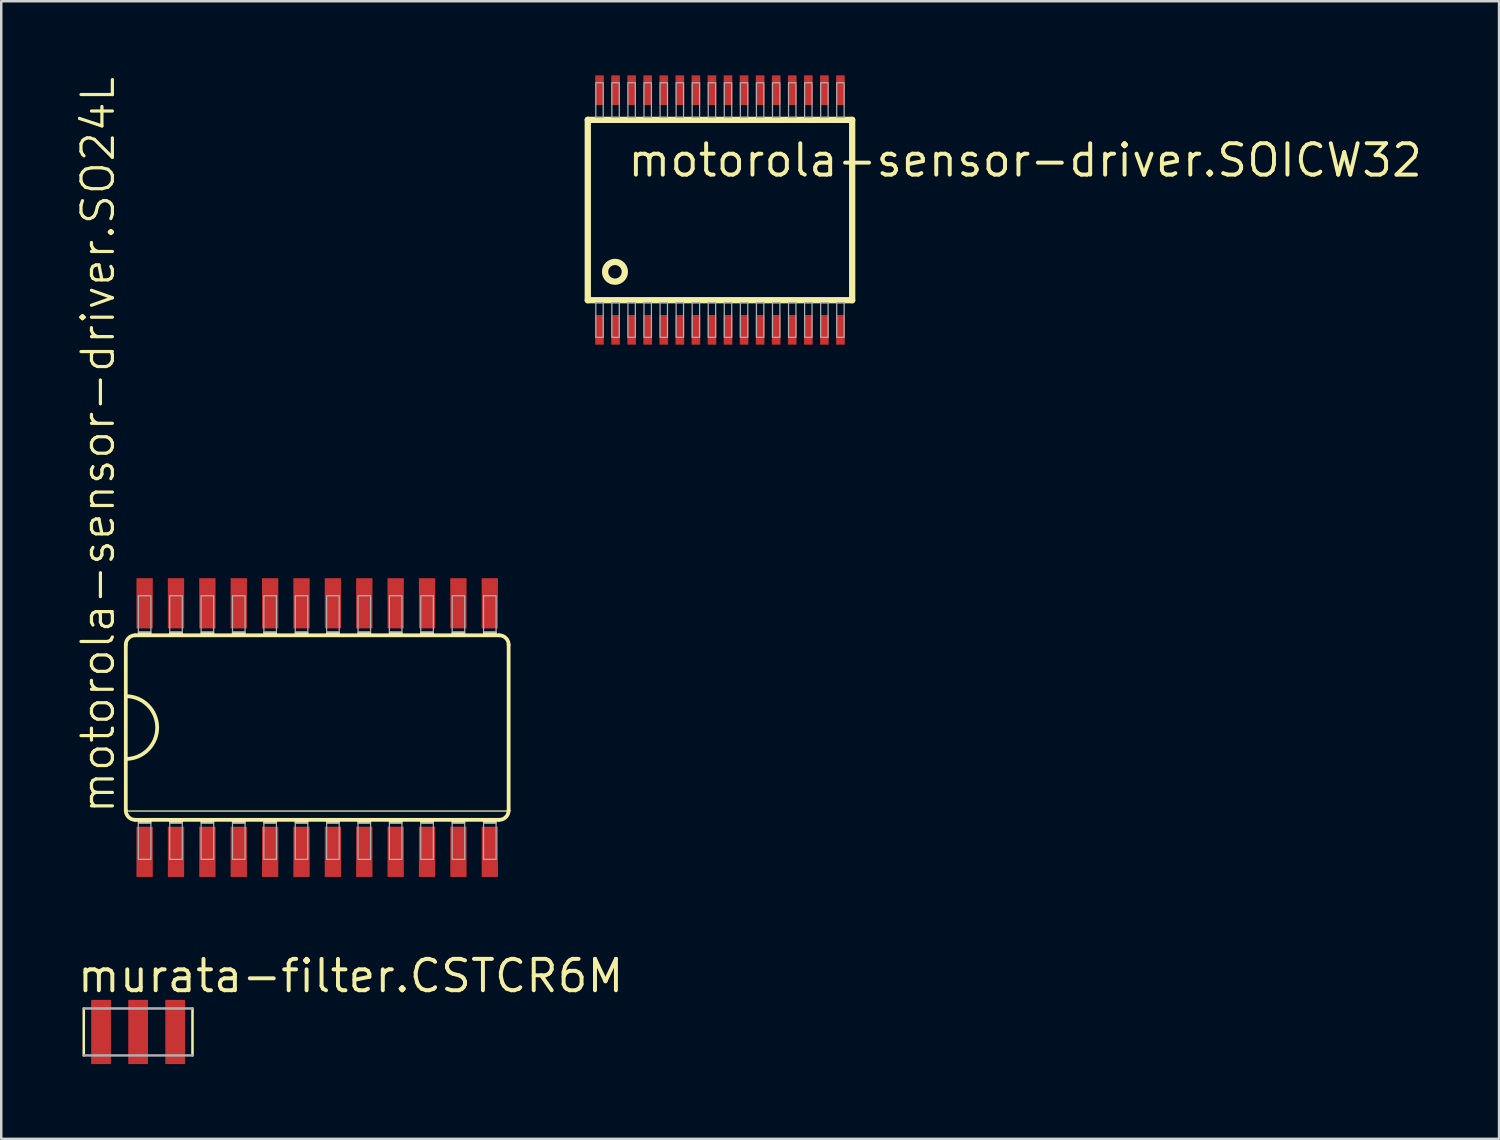
<source format=kicad_pcb>
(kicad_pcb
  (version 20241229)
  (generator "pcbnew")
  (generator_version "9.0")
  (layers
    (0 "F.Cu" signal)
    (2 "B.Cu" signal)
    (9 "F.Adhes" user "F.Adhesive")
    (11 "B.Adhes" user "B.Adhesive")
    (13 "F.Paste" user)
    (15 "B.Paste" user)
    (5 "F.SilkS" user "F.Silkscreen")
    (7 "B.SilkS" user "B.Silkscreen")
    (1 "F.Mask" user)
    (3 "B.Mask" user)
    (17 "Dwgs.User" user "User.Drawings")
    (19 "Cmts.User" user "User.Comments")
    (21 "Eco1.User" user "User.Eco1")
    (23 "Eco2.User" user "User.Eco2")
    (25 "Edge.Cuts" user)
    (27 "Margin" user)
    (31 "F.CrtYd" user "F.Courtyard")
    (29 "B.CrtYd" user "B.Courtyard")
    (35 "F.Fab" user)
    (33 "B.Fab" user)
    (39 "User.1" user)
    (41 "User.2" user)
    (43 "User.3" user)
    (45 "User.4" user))
  (footprint "murata-filter.CSTCR6M"
    (layer "F.Cu")
    (at 2.54 38.714)
    (property "Reference" "murata-filter.CSTCR6M" (at -2.54 -1.524 0) (layer "F.SilkS") (effects (font (size 1.27 1.27) (thickness 0.16)) (justify left bottom)))
    (attr smd)
    (fp_rect (start -1.9 -0.8) (end -1.1 -1.3) (stroke (width 0.05) (type default)) (fill yes) (layer "F.Mask"))
    (fp_rect (start -1.9 1.3) (end -1.1 0.8) (stroke (width 0.05) (type default)) (fill yes) (layer "F.Mask"))
    (fp_rect (start -1.7 0.8) (end -1.3 -0.8) (stroke (width 0.05) (type default)) (fill yes) (layer "F.Mask"))
    (fp_rect (start -0.4 -0.8) (end 0.4 -1.3) (stroke (width 0.05) (type default)) (fill yes) (layer "F.Mask"))
    (fp_rect (start -0.4 1.3) (end 0.4 0.8) (stroke (width 0.05) (type default)) (fill yes) (layer "F.Mask"))
    (fp_rect (start -0.2 0.8) (end 0.2 -0.8) (stroke (width 0.05) (type default)) (fill yes) (layer "F.Mask"))
    (fp_rect (start 1.1 -0.8) (end 1.9 -1.3) (stroke (width 0.05) (type default)) (fill yes) (layer "F.Mask"))
    (fp_rect (start 1.1 1.3) (end 1.9 0.8) (stroke (width 0.05) (type default)) (fill yes) (layer "F.Mask"))
    (fp_rect (start 1.3 0.8) (end 1.7 -0.8) (stroke (width 0.05) (type default)) (fill yes) (layer "F.Mask"))
    (fp_line (start -2.2 -0.95) (end -2.2 0.95) (stroke (width 0.102) (type default)) (layer "F.SilkS"))
    (fp_line (start 2.2 0.95) (end 2.2 -0.95) (stroke (width 0.102) (type default)) (layer "F.SilkS"))
    (fp_rect (start -1.7 0.8) (end -1.3 -0.8) (stroke (width 0.05) (type default)) (fill yes) (layer "F.Paste"))
    (fp_rect (start -0.2 0.8) (end 0.2 -0.8) (stroke (width 0.05) (type default)) (fill yes) (layer "F.Paste"))
    (fp_rect (start 1.3 0.8) (end 1.7 -0.8) (stroke (width 0.05) (type default)) (fill yes) (layer "F.Paste"))
    (fp_line (start -2.2 0.95) (end 2.2 0.95) (stroke (width 0.102) (type default)) (layer "F.Fab"))
    (fp_line (start 2.2 -0.95) (end -2.2 -0.95) (stroke (width 0.102) (type default)) (layer "F.Fab"))
    (pad "1" smd roundrect (at -1.5 0) (size 0.8 2.6) (layers "F.Cu" "F.Mask" "F.Paste") (roundrect_rratio 0.01))
    (pad "2" smd roundrect (at 0 0) (size 0.8 2.6) (layers "F.Cu" "F.Mask" "F.Paste") (roundrect_rratio 0.01))
    (pad "3" smd roundrect (at 1.5 0) (size 0.8 2.6) (layers "F.Cu" "F.Mask" "F.Paste") (roundrect_rratio 0.01)))
  (footprint "motorola-sensor-driver.SOICW32"
    (layer "F.Cu")
    (at 26.088 5.45)
    (property "Reference" "motorola-sensor-driver.SOICW32" (at -3.81 -1.27 0) (layer "F.SilkS") (effects (font (size 1.27 1.27) (thickness 0.16)) (justify left bottom)))
    (attr smd)
    (fp_line (start -5.35 -3.65) (end 5.35 -3.65) (stroke (width 0.254) (type default)) (layer "F.SilkS"))
    (fp_line (start -5.35 3.65) (end -5.35 -3.65) (stroke (width 0.254) (type default)) (layer "F.SilkS"))
    (fp_line (start 5.35 -3.65) (end 5.35 3.65) (stroke (width 0.254) (type default)) (layer "F.SilkS"))
    (fp_line (start 5.35 3.65) (end -5.35 3.65) (stroke (width 0.254) (type default)) (layer "F.SilkS"))
    (fp_circle (center -4.25 2.5) (end -3.85 2.5) (stroke (width 0.254) (type default)) (fill no) (layer "F.SilkS"))
    (fp_rect (start -5.025 -3.75) (end -4.725 -5.15) (stroke (width 0.05) (type default)) (fill no) (layer "F.Fab"))
    (fp_rect (start -5.025 5.15) (end -4.725 3.75) (stroke (width 0.05) (type default)) (fill no) (layer "F.Fab"))
    (fp_rect (start -4.375 -3.75) (end -4.075 -5.15) (stroke (width 0.05) (type default)) (fill no) (layer "F.Fab"))
    (fp_rect (start -4.375 5.15) (end -4.075 3.75) (stroke (width 0.05) (type default)) (fill no) (layer "F.Fab"))
    (fp_rect (start -3.725 -3.75) (end -3.425 -5.15) (stroke (width 0.05) (type default)) (fill no) (layer "F.Fab"))
    (fp_rect (start -3.725 5.15) (end -3.425 3.75) (stroke (width 0.05) (type default)) (fill no) (layer "F.Fab"))
    (fp_rect (start -3.075 -3.75) (end -2.775 -5.15) (stroke (width 0.05) (type default)) (fill no) (layer "F.Fab"))
    (fp_rect (start -3.075 5.15) (end -2.775 3.75) (stroke (width 0.05) (type default)) (fill no) (layer "F.Fab"))
    (fp_rect (start -2.425 -3.75) (end -2.125 -5.15) (stroke (width 0.05) (type default)) (fill no) (layer "F.Fab"))
    (fp_rect (start -2.425 5.15) (end -2.125 3.75) (stroke (width 0.05) (type default)) (fill no) (layer "F.Fab"))
    (fp_rect (start -1.775 -3.75) (end -1.475 -5.15) (stroke (width 0.05) (type default)) (fill no) (layer "F.Fab"))
    (fp_rect (start -1.775 5.15) (end -1.475 3.75) (stroke (width 0.05) (type default)) (fill no) (layer "F.Fab"))
    (fp_rect (start -1.125 -3.75) (end -0.825 -5.15) (stroke (width 0.05) (type default)) (fill no) (layer "F.Fab"))
    (fp_rect (start -1.125 5.15) (end -0.825 3.75) (stroke (width 0.05) (type default)) (fill no) (layer "F.Fab"))
    (fp_rect (start -0.475 -3.75) (end -0.175 -5.15) (stroke (width 0.05) (type default)) (fill no) (layer "F.Fab"))
    (fp_rect (start -0.475 5.15) (end -0.175 3.75) (stroke (width 0.05) (type default)) (fill no) (layer "F.Fab"))
    (fp_rect (start 0.175 -3.75) (end 0.475 -5.15) (stroke (width 0.05) (type default)) (fill no) (layer "F.Fab"))
    (fp_rect (start 0.175 5.15) (end 0.475 3.75) (stroke (width 0.05) (type default)) (fill no) (layer "F.Fab"))
    (fp_rect (start 0.825 -3.75) (end 1.125 -5.15) (stroke (width 0.05) (type default)) (fill no) (layer "F.Fab"))
    (fp_rect (start 0.825 5.15) (end 1.125 3.75) (stroke (width 0.05) (type default)) (fill no) (layer "F.Fab"))
    (fp_rect (start 1.475 -3.75) (end 1.775 -5.15) (stroke (width 0.05) (type default)) (fill no) (layer "F.Fab"))
    (fp_rect (start 1.475 5.15) (end 1.775 3.75) (stroke (width 0.05) (type default)) (fill no) (layer "F.Fab"))
    (fp_rect (start 2.125 -3.75) (end 2.425 -5.15) (stroke (width 0.05) (type default)) (fill no) (layer "F.Fab"))
    (fp_rect (start 2.125 5.15) (end 2.425 3.75) (stroke (width 0.05) (type default)) (fill no) (layer "F.Fab"))
    (fp_rect (start 2.775 -3.75) (end 3.075 -5.15) (stroke (width 0.05) (type default)) (fill no) (layer "F.Fab"))
    (fp_rect (start 2.775 5.15) (end 3.075 3.75) (stroke (width 0.05) (type default)) (fill no) (layer "F.Fab"))
    (fp_rect (start 3.425 -3.75) (end 3.725 -5.15) (stroke (width 0.05) (type default)) (fill no) (layer "F.Fab"))
    (fp_rect (start 3.425 5.15) (end 3.725 3.75) (stroke (width 0.05) (type default)) (fill no) (layer "F.Fab"))
    (fp_rect (start 4.075 -3.75) (end 4.375 -5.15) (stroke (width 0.05) (type default)) (fill no) (layer "F.Fab"))
    (fp_rect (start 4.075 5.15) (end 4.375 3.75) (stroke (width 0.05) (type default)) (fill no) (layer "F.Fab"))
    (fp_rect (start 4.725 -3.75) (end 5.025 -5.15) (stroke (width 0.05) (type default)) (fill no) (layer "F.Fab"))
    (fp_rect (start 4.725 5.15) (end 5.025 3.75) (stroke (width 0.05) (type default)) (fill no) (layer "F.Fab"))
    (pad "1" smd roundrect (at -4.875 4.85) (size 0.35 1.2) (layers "F.Cu" "F.Mask" "F.Paste") (roundrect_rratio 0.01))
    (pad "2" smd roundrect (at -4.225 4.85) (size 0.35 1.2) (layers "F.Cu" "F.Mask" "F.Paste") (roundrect_rratio 0.01))
    (pad "3" smd roundrect (at -3.575 4.85) (size 0.35 1.2) (layers "F.Cu" "F.Mask" "F.Paste") (roundrect_rratio 0.01))
    (pad "4" smd roundrect (at -2.925 4.85) (size 0.35 1.2) (layers "F.Cu" "F.Mask" "F.Paste") (roundrect_rratio 0.01))
    (pad "5" smd roundrect (at -2.275 4.85) (size 0.35 1.2) (layers "F.Cu" "F.Mask" "F.Paste") (roundrect_rratio 0.01))
    (pad "6" smd roundrect (at -1.625 4.85) (size 0.35 1.2) (layers "F.Cu" "F.Mask" "F.Paste") (roundrect_rratio 0.01))
    (pad "7" smd roundrect (at -0.975 4.85) (size 0.35 1.2) (layers "F.Cu" "F.Mask" "F.Paste") (roundrect_rratio 0.01))
    (pad "8" smd roundrect (at -0.325 4.85) (size 0.35 1.2) (layers "F.Cu" "F.Mask" "F.Paste") (roundrect_rratio 0.01))
    (pad "9" smd roundrect (at 0.325 4.85) (size 0.35 1.2) (layers "F.Cu" "F.Mask" "F.Paste") (roundrect_rratio 0.01))
    (pad "10" smd roundrect (at 0.975 4.85) (size 0.35 1.2) (layers "F.Cu" "F.Mask" "F.Paste") (roundrect_rratio 0.01))
    (pad "11" smd roundrect (at 1.625 4.85) (size 0.35 1.2) (layers "F.Cu" "F.Mask" "F.Paste") (roundrect_rratio 0.01))
    (pad "12" smd roundrect (at 2.275 4.85) (size 0.35 1.2) (layers "F.Cu" "F.Mask" "F.Paste") (roundrect_rratio 0.01))
    (pad "13" smd roundrect (at 2.925 4.85) (size 0.35 1.2) (layers "F.Cu" "F.Mask" "F.Paste") (roundrect_rratio 0.01))
    (pad "14" smd roundrect (at 3.575 4.85) (size 0.35 1.2) (layers "F.Cu" "F.Mask" "F.Paste") (roundrect_rratio 0.01))
    (pad "15" smd roundrect (at 4.225 4.85) (size 0.35 1.2) (layers "F.Cu" "F.Mask" "F.Paste") (roundrect_rratio 0.01))
    (pad "16" smd roundrect (at 4.875 4.85) (size 0.35 1.2) (layers "F.Cu" "F.Mask" "F.Paste") (roundrect_rratio 0.01))
    (pad "17" smd roundrect (at 4.875 -4.85) (size 0.35 1.2) (layers "F.Cu" "F.Mask" "F.Paste") (roundrect_rratio 0.01))
    (pad "18" smd roundrect (at 4.225 -4.85) (size 0.35 1.2) (layers "F.Cu" "F.Mask" "F.Paste") (roundrect_rratio 0.01))
    (pad "19" smd roundrect (at 3.575 -4.85) (size 0.35 1.2) (layers "F.Cu" "F.Mask" "F.Paste") (roundrect_rratio 0.01))
    (pad "20" smd roundrect (at 2.925 -4.85) (size 0.35 1.2) (layers "F.Cu" "F.Mask" "F.Paste") (roundrect_rratio 0.01))
    (pad "21" smd roundrect (at 2.275 -4.85) (size 0.35 1.2) (layers "F.Cu" "F.Mask" "F.Paste") (roundrect_rratio 0.01))
    (pad "22" smd roundrect (at 1.625 -4.85) (size 0.35 1.2) (layers "F.Cu" "F.Mask" "F.Paste") (roundrect_rratio 0.01))
    (pad "23" smd roundrect (at 0.975 -4.85) (size 0.35 1.2) (layers "F.Cu" "F.Mask" "F.Paste") (roundrect_rratio 0.01))
    (pad "24" smd roundrect (at 0.325 -4.85) (size 0.35 1.2) (layers "F.Cu" "F.Mask" "F.Paste") (roundrect_rratio 0.01))
    (pad "25" smd roundrect (at -0.325 -4.85) (size 0.35 1.2) (layers "F.Cu" "F.Mask" "F.Paste") (roundrect_rratio 0.01))
    (pad "26" smd roundrect (at -0.975 -4.85) (size 0.35 1.2) (layers "F.Cu" "F.Mask" "F.Paste") (roundrect_rratio 0.01))
    (pad "27" smd roundrect (at -1.625 -4.85) (size 0.35 1.2) (layers "F.Cu" "F.Mask" "F.Paste") (roundrect_rratio 0.01))
    (pad "28" smd roundrect (at -2.275 -4.85) (size 0.35 1.2) (layers "F.Cu" "F.Mask" "F.Paste") (roundrect_rratio 0.01))
    (pad "29" smd roundrect (at -2.925 -4.85) (size 0.35 1.2) (layers "F.Cu" "F.Mask" "F.Paste") (roundrect_rratio 0.01))
    (pad "30" smd roundrect (at -3.575 -4.85) (size 0.35 1.2) (layers "F.Cu" "F.Mask" "F.Paste") (roundrect_rratio 0.01))
    (pad "31" smd roundrect (at -4.225 -4.85) (size 0.35 1.2) (layers "F.Cu" "F.Mask" "F.Paste") (roundrect_rratio 0.01))
    (pad "32" smd roundrect (at -4.875 -4.85) (size 0.35 1.2) (layers "F.Cu" "F.Mask" "F.Paste") (roundrect_rratio 0.01)))
  (footprint "motorola-sensor-driver.SO24L"
    (layer "F.Cu")
    (at 9.788 26.395)
    (property "Reference" "motorola-sensor-driver.SO24L" (at -8.128 3.556 90) (layer "F.SilkS") (effects (font (size 1.27 1.27) (thickness 0.13)) (justify left bottom)))
    (attr smd)
    (fp_line (start -7.747 -3.353) (end -7.747 3.353) (stroke (width 0.152) (type default)) (layer "F.SilkS"))
    (fp_line (start -7.747 3.378) (end 7.747 3.378) (stroke (width 0.051) (type default)) (layer "F.SilkS"))
    (fp_line (start -7.366 3.734) (end 7.366 3.734) (stroke (width 0.152) (type default)) (layer "F.SilkS"))
    (fp_line (start 7.366 -3.734) (end -7.366 -3.734) (stroke (width 0.152) (type default)) (layer "F.SilkS"))
    (fp_line (start 7.747 3.353) (end 7.747 -3.353) (stroke (width 0.152) (type default)) (layer "F.SilkS"))
    (fp_rect (start -7.239 -3.734) (end -6.731 -3.861) (stroke (width 0.05) (type default)) (fill yes) (layer "F.SilkS"))
    (fp_rect (start -7.239 3.861) (end -6.731 3.734) (stroke (width 0.05) (type default)) (fill yes) (layer "F.SilkS"))
    (fp_rect (start -5.969 -3.734) (end -5.461 -3.861) (stroke (width 0.05) (type default)) (fill yes) (layer "F.SilkS"))
    (fp_rect (start -5.969 3.861) (end -5.461 3.734) (stroke (width 0.05) (type default)) (fill yes) (layer "F.SilkS"))
    (fp_rect (start -4.699 -3.734) (end -4.191 -3.861) (stroke (width 0.05) (type default)) (fill yes) (layer "F.SilkS"))
    (fp_rect (start -4.699 3.861) (end -4.191 3.734) (stroke (width 0.05) (type default)) (fill yes) (layer "F.SilkS"))
    (fp_rect (start -3.429 -3.734) (end -2.921 -3.861) (stroke (width 0.05) (type default)) (fill yes) (layer "F.SilkS"))
    (fp_rect (start -3.429 3.861) (end -2.921 3.734) (stroke (width 0.05) (type default)) (fill yes) (layer "F.SilkS"))
    (fp_rect (start -2.159 -3.734) (end -1.651 -3.861) (stroke (width 0.05) (type default)) (fill yes) (layer "F.SilkS"))
    (fp_rect (start -2.159 3.861) (end -1.651 3.734) (stroke (width 0.05) (type default)) (fill yes) (layer "F.SilkS"))
    (fp_rect (start -0.889 -3.734) (end -0.381 -3.861) (stroke (width 0.05) (type default)) (fill yes) (layer "F.SilkS"))
    (fp_rect (start -0.889 3.861) (end -0.381 3.734) (stroke (width 0.05) (type default)) (fill yes) (layer "F.SilkS"))
    (fp_rect (start 0.381 -3.734) (end 0.889 -3.861) (stroke (width 0.05) (type default)) (fill yes) (layer "F.SilkS"))
    (fp_rect (start 0.381 3.861) (end 0.889 3.734) (stroke (width 0.05) (type default)) (fill yes) (layer "F.SilkS"))
    (fp_rect (start 1.651 -3.734) (end 2.159 -3.861) (stroke (width 0.05) (type default)) (fill yes) (layer "F.SilkS"))
    (fp_rect (start 1.651 3.861) (end 2.159 3.734) (stroke (width 0.05) (type default)) (fill yes) (layer "F.SilkS"))
    (fp_rect (start 2.921 -3.734) (end 3.429 -3.861) (stroke (width 0.05) (type default)) (fill yes) (layer "F.SilkS"))
    (fp_rect (start 2.921 3.861) (end 3.429 3.734) (stroke (width 0.05) (type default)) (fill yes) (layer "F.SilkS"))
    (fp_rect (start 4.191 -3.734) (end 4.699 -3.861) (stroke (width 0.05) (type default)) (fill yes) (layer "F.SilkS"))
    (fp_rect (start 4.191 3.861) (end 4.699 3.734) (stroke (width 0.05) (type default)) (fill yes) (layer "F.SilkS"))
    (fp_rect (start 5.461 -3.734) (end 5.969 -3.861) (stroke (width 0.05) (type default)) (fill yes) (layer "F.SilkS"))
    (fp_rect (start 5.461 3.861) (end 5.969 3.734) (stroke (width 0.05) (type default)) (fill yes) (layer "F.SilkS"))
    (fp_rect (start 6.731 -3.734) (end 7.239 -3.861) (stroke (width 0.05) (type default)) (fill yes) (layer "F.SilkS"))
    (fp_rect (start 6.731 3.861) (end 7.239 3.734) (stroke (width 0.05) (type default)) (fill yes) (layer "F.SilkS"))
    (fp_arc (start -7.747 -3.3528) (mid -7.635408 -3.622208) (end -7.366 -3.7338) (stroke (width 0.1524) (type default)) (layer "F.SilkS"))
    (fp_arc (start -7.747 -1.27) (mid -6.477 0) (end -7.747 1.27) (stroke (width 0.1524) (type default)) (layer "F.SilkS"))
    (fp_arc (start -7.366 3.7338) (mid -7.635408 3.622208) (end -7.747 3.3528) (stroke (width 0.1524) (type default)) (layer "F.SilkS"))
    (fp_arc (start 7.366 -3.7338) (mid 7.635408 -3.622208) (end 7.747 -3.3528) (stroke (width 0.1524) (type default)) (layer "F.SilkS"))
    (fp_arc (start 7.747 3.3528) (mid 7.635408 3.622208) (end 7.366 3.7338) (stroke (width 0.1524) (type default)) (layer "F.SilkS"))
    (fp_rect (start -7.239 -3.861) (end -6.731 -5.334) (stroke (width 0.05) (type default)) (fill no) (layer "F.Fab"))
    (fp_rect (start -7.239 5.334) (end -6.731 3.861) (stroke (width 0.05) (type default)) (fill no) (layer "F.Fab"))
    (fp_rect (start -5.969 -3.861) (end -5.461 -5.334) (stroke (width 0.05) (type default)) (fill no) (layer "F.Fab"))
    (fp_rect (start -5.969 5.334) (end -5.461 3.861) (stroke (width 0.05) (type default)) (fill no) (layer "F.Fab"))
    (fp_rect (start -4.699 -3.861) (end -4.191 -5.334) (stroke (width 0.05) (type default)) (fill no) (layer "F.Fab"))
    (fp_rect (start -4.699 5.334) (end -4.191 3.861) (stroke (width 0.05) (type default)) (fill no) (layer "F.Fab"))
    (fp_rect (start -3.429 -3.861) (end -2.921 -5.334) (stroke (width 0.05) (type default)) (fill no) (layer "F.Fab"))
    (fp_rect (start -3.429 5.334) (end -2.921 3.861) (stroke (width 0.05) (type default)) (fill no) (layer "F.Fab"))
    (fp_rect (start -2.159 -3.861) (end -1.651 -5.334) (stroke (width 0.05) (type default)) (fill no) (layer "F.Fab"))
    (fp_rect (start -2.159 5.334) (end -1.651 3.861) (stroke (width 0.05) (type default)) (fill no) (layer "F.Fab"))
    (fp_rect (start -0.889 -3.861) (end -0.381 -5.334) (stroke (width 0.05) (type default)) (fill no) (layer "F.Fab"))
    (fp_rect (start -0.889 5.334) (end -0.381 3.861) (stroke (width 0.05) (type default)) (fill no) (layer "F.Fab"))
    (fp_rect (start 0.381 -3.861) (end 0.889 -5.334) (stroke (width 0.05) (type default)) (fill no) (layer "F.Fab"))
    (fp_rect (start 0.381 5.334) (end 0.889 3.861) (stroke (width 0.05) (type default)) (fill no) (layer "F.Fab"))
    (fp_rect (start 1.651 -3.861) (end 2.159 -5.334) (stroke (width 0.05) (type default)) (fill no) (layer "F.Fab"))
    (fp_rect (start 1.651 5.334) (end 2.159 3.861) (stroke (width 0.05) (type default)) (fill no) (layer "F.Fab"))
    (fp_rect (start 2.921 -3.861) (end 3.429 -5.334) (stroke (width 0.05) (type default)) (fill no) (layer "F.Fab"))
    (fp_rect (start 2.921 5.334) (end 3.429 3.861) (stroke (width 0.05) (type default)) (fill no) (layer "F.Fab"))
    (fp_rect (start 4.191 -3.861) (end 4.699 -5.334) (stroke (width 0.05) (type default)) (fill no) (layer "F.Fab"))
    (fp_rect (start 4.191 5.334) (end 4.699 3.861) (stroke (width 0.05) (type default)) (fill no) (layer "F.Fab"))
    (fp_rect (start 5.461 -3.861) (end 5.969 -5.334) (stroke (width 0.05) (type default)) (fill no) (layer "F.Fab"))
    (fp_rect (start 5.461 5.334) (end 5.969 3.861) (stroke (width 0.05) (type default)) (fill no) (layer "F.Fab"))
    (fp_rect (start 6.731 -3.861) (end 7.239 -5.334) (stroke (width 0.05) (type default)) (fill no) (layer "F.Fab"))
    (fp_rect (start 6.731 5.334) (end 7.239 3.861) (stroke (width 0.05) (type default)) (fill no) (layer "F.Fab"))
    (pad "1" smd roundrect (at -6.985 5.029) (size 0.66 2.032) (layers "F.Cu" "F.Mask" "F.Paste") (roundrect_rratio 0.01))
    (pad "2" smd roundrect (at -5.715 5.029) (size 0.66 2.032) (layers "F.Cu" "F.Mask" "F.Paste") (roundrect_rratio 0.01))
    (pad "3" smd roundrect (at -4.445 5.029) (size 0.66 2.032) (layers "F.Cu" "F.Mask" "F.Paste") (roundrect_rratio 0.01))
    (pad "4" smd roundrect (at -3.175 5.029) (size 0.66 2.032) (layers "F.Cu" "F.Mask" "F.Paste") (roundrect_rratio 0.01))
    (pad "5" smd roundrect (at -1.905 5.029) (size 0.66 2.032) (layers "F.Cu" "F.Mask" "F.Paste") (roundrect_rratio 0.01))
    (pad "6" smd roundrect (at -0.635 5.029) (size 0.66 2.032) (layers "F.Cu" "F.Mask" "F.Paste") (roundrect_rratio 0.01))
    (pad "7" smd roundrect (at 0.635 5.029) (size 0.66 2.032) (layers "F.Cu" "F.Mask" "F.Paste") (roundrect_rratio 0.01))
    (pad "8" smd roundrect (at 1.905 5.029) (size 0.66 2.032) (layers "F.Cu" "F.Mask" "F.Paste") (roundrect_rratio 0.01))
    (pad "9" smd roundrect (at 3.175 5.029) (size 0.66 2.032) (layers "F.Cu" "F.Mask" "F.Paste") (roundrect_rratio 0.01))
    (pad "10" smd roundrect (at 4.445 5.029) (size 0.66 2.032) (layers "F.Cu" "F.Mask" "F.Paste") (roundrect_rratio 0.01))
    (pad "11" smd roundrect (at 5.715 5.029) (size 0.66 2.032) (layers "F.Cu" "F.Mask" "F.Paste") (roundrect_rratio 0.01))
    (pad "12" smd roundrect (at 6.985 5.029) (size 0.66 2.032) (layers "F.Cu" "F.Mask" "F.Paste") (roundrect_rratio 0.01))
    (pad "13" smd roundrect (at 6.985 -5.029) (size 0.66 2.032) (layers "F.Cu" "F.Mask" "F.Paste") (roundrect_rratio 0.01))
    (pad "14" smd roundrect (at 5.715 -5.029) (size 0.66 2.032) (layers "F.Cu" "F.Mask" "F.Paste") (roundrect_rratio 0.01))
    (pad "15" smd roundrect (at 4.445 -5.029) (size 0.66 2.032) (layers "F.Cu" "F.Mask" "F.Paste") (roundrect_rratio 0.01))
    (pad "16" smd roundrect (at 3.175 -5.029) (size 0.66 2.032) (layers "F.Cu" "F.Mask" "F.Paste") (roundrect_rratio 0.01))
    (pad "17" smd roundrect (at 1.905 -5.029) (size 0.66 2.032) (layers "F.Cu" "F.Mask" "F.Paste") (roundrect_rratio 0.01))
    (pad "18" smd roundrect (at 0.635 -5.029) (size 0.66 2.032) (layers "F.Cu" "F.Mask" "F.Paste") (roundrect_rratio 0.01))
    (pad "19" smd roundrect (at -0.635 -5.029) (size 0.66 2.032) (layers "F.Cu" "F.Mask" "F.Paste") (roundrect_rratio 0.01))
    (pad "20" smd roundrect (at -1.905 -5.029) (size 0.66 2.032) (layers "F.Cu" "F.Mask" "F.Paste") (roundrect_rratio 0.01))
    (pad "21" smd roundrect (at -3.175 -5.029) (size 0.66 2.032) (layers "F.Cu" "F.Mask" "F.Paste") (roundrect_rratio 0.01))
    (pad "22" smd roundrect (at -4.445 -5.029) (size 0.66 2.032) (layers "F.Cu" "F.Mask" "F.Paste") (roundrect_rratio 0.01))
    (pad "23" smd roundrect (at -5.715 -5.029) (size 0.66 2.032) (layers "F.Cu" "F.Mask" "F.Paste") (roundrect_rratio 0.01))
    (pad "24" smd roundrect (at -6.985 -5.029) (size 0.66 2.032) (layers "F.Cu" "F.Mask" "F.Paste") (roundrect_rratio 0.01)))
  (gr_rect
    (start -3 -3)
    (end 57.617 43.039)
    (stroke (width 0.1) (type default))
    (fill no)
    (layer "Edge.Cuts")))
</source>
